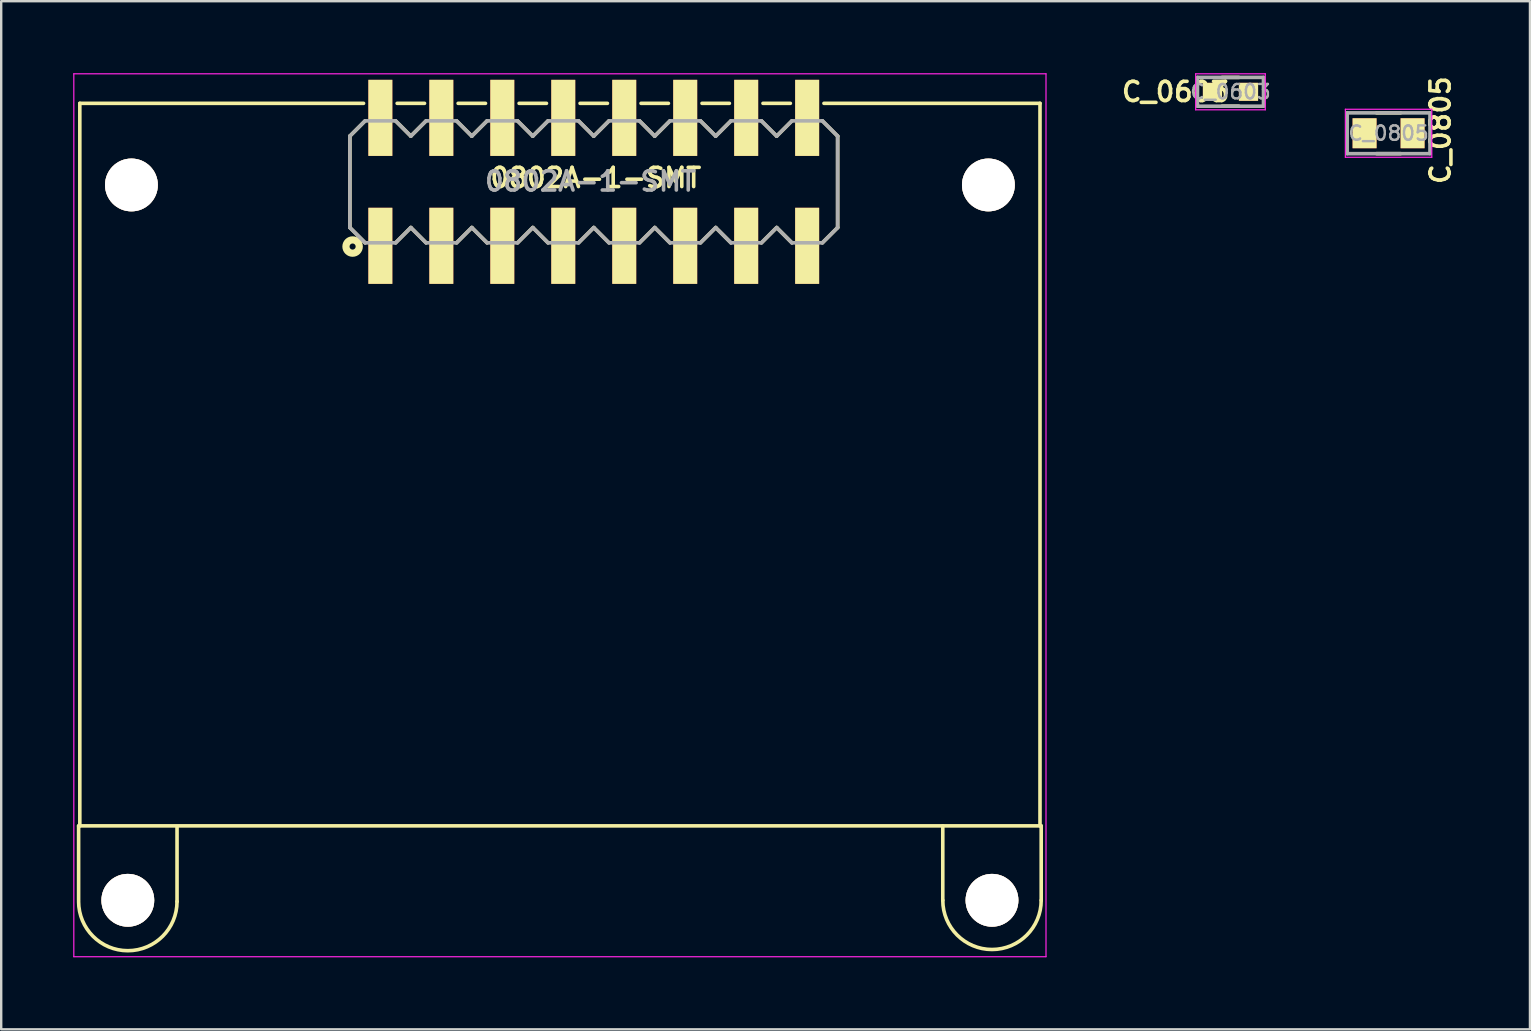
<source format=kicad_pcb>
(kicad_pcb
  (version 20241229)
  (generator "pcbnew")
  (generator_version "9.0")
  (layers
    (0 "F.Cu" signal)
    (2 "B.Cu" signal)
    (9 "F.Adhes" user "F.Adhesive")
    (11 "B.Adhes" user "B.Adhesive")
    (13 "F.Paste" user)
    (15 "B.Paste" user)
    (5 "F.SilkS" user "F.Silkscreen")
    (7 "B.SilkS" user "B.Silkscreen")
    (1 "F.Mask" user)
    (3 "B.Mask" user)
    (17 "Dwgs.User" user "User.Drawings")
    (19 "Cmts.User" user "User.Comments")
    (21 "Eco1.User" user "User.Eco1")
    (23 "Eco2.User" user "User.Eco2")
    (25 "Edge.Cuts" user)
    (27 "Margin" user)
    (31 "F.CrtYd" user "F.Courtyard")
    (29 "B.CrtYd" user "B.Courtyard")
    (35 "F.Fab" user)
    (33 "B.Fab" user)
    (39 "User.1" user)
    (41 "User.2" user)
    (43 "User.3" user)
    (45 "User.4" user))
  (footprint "0802A-1-SMT"
    (layer "F.Cu")
    (at 20.275 18.905)
    (property "Reference" "0802A-1-SMT" (at 1.496 -14.546 0) (layer "F.SilkS") (effects (font (size 0.8 0.8) (thickness 0.15))))
    (attr through_hole)
    (fp_line (start -20.05 12.45) (end -20.05 15.55) (stroke (width 0.15) (type solid)) (layer "F.SilkS"))
    (fp_line (start -20.05 12.45) (end 20.05 12.45) (stroke (width 0.15) (type solid)) (layer "F.SilkS"))
    (fp_line (start -20 -17.65) (end -20 12.45) (stroke (width 0.15) (type solid)) (layer "F.SilkS"))
    (fp_line (start -20 -17.65) (end -8.18 -17.65) (stroke (width 0.15) (type solid)) (layer "F.SilkS"))
    (fp_line (start -15.95 12.5) (end -15.95 15.6) (stroke (width 0.15) (type solid)) (layer "F.SilkS"))
    (fp_line (start -8.75 -16.285) (end -8.75 -12.475) (stroke (width 0.15) (type solid)) (layer "F.SilkS"))
    (fp_line (start -8.75 -12.475) (end -8.115 -11.84) (stroke (width 0.15) (type solid)) (layer "F.SilkS"))
    (fp_line (start -8.115 -16.92) (end -8.75 -16.285) (stroke (width 0.15) (type solid)) (layer "F.SilkS"))
    (fp_line (start -6.845 -16.92) (end -6.21 -16.285) (stroke (width 0.15) (type solid)) (layer "F.SilkS"))
    (fp_line (start -6.78 -17.65) (end -5.64 -17.65) (stroke (width 0.15) (type solid)) (layer "F.SilkS"))
    (fp_line (start -6.21 -16.285) (end -5.575 -16.92) (stroke (width 0.15) (type solid)) (layer "F.SilkS"))
    (fp_line (start -6.21 -12.475) (end -6.845 -11.84) (stroke (width 0.15) (type solid)) (layer "F.SilkS"))
    (fp_line (start -6.21 -12.475) (end -5.575 -11.84) (stroke (width 0.15) (type solid)) (layer "F.SilkS"))
    (fp_line (start -4.305 -16.92) (end -3.67 -16.285) (stroke (width 0.15) (type solid)) (layer "F.SilkS"))
    (fp_line (start -4.24 -17.65) (end -3.1 -17.65) (stroke (width 0.15) (type solid)) (layer "F.SilkS"))
    (fp_line (start -3.67 -12.475) (end -4.305 -11.84) (stroke (width 0.15) (type solid)) (layer "F.SilkS"))
    (fp_line (start -3.67 -12.475) (end -3.035 -11.84) (stroke (width 0.15) (type solid)) (layer "F.SilkS"))
    (fp_line (start -3.035 -16.92) (end -3.67 -16.285) (stroke (width 0.15) (type solid)) (layer "F.SilkS"))
    (fp_line (start -1.765 -16.92) (end -1.13 -16.285) (stroke (width 0.15) (type solid)) (layer "F.SilkS"))
    (fp_line (start -1.765 -11.84) (end -1.13 -12.475) (stroke (width 0.15) (type solid)) (layer "F.SilkS"))
    (fp_line (start -1.7 -17.65) (end -0.56 -17.65) (stroke (width 0.15) (type solid)) (layer "F.SilkS"))
    (fp_line (start -1.13 -16.285) (end -0.495 -16.92) (stroke (width 0.15) (type solid)) (layer "F.SilkS"))
    (fp_line (start -0.495 -11.84) (end -1.13 -12.475) (stroke (width 0.15) (type solid)) (layer "F.SilkS"))
    (fp_line (start 0.775 -16.92) (end 1.41 -16.285) (stroke (width 0.15) (type solid)) (layer "F.SilkS"))
    (fp_line (start 0.84 -17.65) (end 1.98 -17.65) (stroke (width 0.15) (type solid)) (layer "F.SilkS"))
    (fp_line (start 1.41 -12.475) (end 0.775 -11.84) (stroke (width 0.15) (type solid)) (layer "F.SilkS"))
    (fp_line (start 1.41 -12.475) (end 2.045 -11.84) (stroke (width 0.15) (type solid)) (layer "F.SilkS"))
    (fp_line (start 2.045 -16.92) (end 1.41 -16.285) (stroke (width 0.15) (type solid)) (layer "F.SilkS"))
    (fp_line (start 3.315 -16.92) (end 3.95 -16.285) (stroke (width 0.15) (type solid)) (layer "F.SilkS"))
    (fp_line (start 3.38 -17.65) (end 4.52 -17.65) (stroke (width 0.15) (type solid)) (layer "F.SilkS"))
    (fp_line (start 3.95 -16.285) (end 4.585 -16.92) (stroke (width 0.15) (type solid)) (layer "F.SilkS"))
    (fp_line (start 3.95 -12.475) (end 3.315 -11.84) (stroke (width 0.15) (type solid)) (layer "F.SilkS"))
    (fp_line (start 3.95 -12.475) (end 4.585 -11.84) (stroke (width 0.15) (type solid)) (layer "F.SilkS"))
    (fp_line (start 5.855 -16.92) (end 6.49 -16.285) (stroke (width 0.15) (type solid)) (layer "F.SilkS"))
    (fp_line (start 5.855 -11.84) (end 6.49 -12.475) (stroke (width 0.15) (type solid)) (layer "F.SilkS"))
    (fp_line (start 5.92 -17.65) (end 7.06 -17.65) (stroke (width 0.15) (type solid)) (layer "F.SilkS"))
    (fp_line (start 7.125 -16.92) (end 6.49 -16.285) (stroke (width 0.15) (type solid)) (layer "F.SilkS"))
    (fp_line (start 7.125 -11.84) (end 6.49 -12.475) (stroke (width 0.15) (type solid)) (layer "F.SilkS"))
    (fp_line (start 8.395 -16.92) (end 9.03 -16.285) (stroke (width 0.15) (type solid)) (layer "F.SilkS"))
    (fp_line (start 8.46 -17.65) (end 9.6 -17.65) (stroke (width 0.15) (type solid)) (layer "F.SilkS"))
    (fp_line (start 9.03 -16.285) (end 9.665 -16.92) (stroke (width 0.15) (type solid)) (layer "F.SilkS"))
    (fp_line (start 9.03 -12.475) (end 8.395 -11.84) (stroke (width 0.15) (type solid)) (layer "F.SilkS"))
    (fp_line (start 9.03 -12.475) (end 9.665 -11.84) (stroke (width 0.15) (type solid)) (layer "F.SilkS"))
    (fp_line (start 10.935 -16.92) (end 11.57 -16.285) (stroke (width 0.15) (type solid)) (layer "F.SilkS"))
    (fp_line (start 11.57 -12.475) (end 10.935 -11.84) (stroke (width 0.15) (type solid)) (layer "F.SilkS"))
    (fp_line (start 11.57 -12.475) (end 11.57 -16.285) (stroke (width 0.15) (type solid)) (layer "F.SilkS"))
    (fp_line (start 15.95 12.45) (end 15.95 15.55) (stroke (width 0.15) (type solid)) (layer "F.SilkS"))
    (fp_line (start 20 -17.65) (end 11 -17.65) (stroke (width 0.15) (type solid)) (layer "F.SilkS"))
    (fp_line (start 20 -17.65) (end 20 12.45) (stroke (width 0.15) (type solid)) (layer "F.SilkS"))
    (fp_line (start 20.05 12.45) (end 20.05 15.55) (stroke (width 0.15) (type solid)) (layer "F.SilkS"))
    (fp_arc (start -15.95 15.6) (mid -18 17.65) (end -20.05 15.6) (stroke (width 0.15) (type solid)) (layer "F.SilkS"))
    (fp_arc (start 20.05 15.55) (mid 18 17.6) (end 15.95 15.55) (stroke (width 0.15) (type solid)) (layer "F.SilkS"))
    (fp_circle (center -8.636 -11.684) (end -8.763 -11.684) (stroke (width 0.3) (type solid)) (fill no) (layer "F.SilkS"))
    (fp_line (start -20.25 -18.88) (end -20.25 17.9) (stroke (width 0.05) (type solid)) (layer "F.CrtYd"))
    (fp_line (start -20.25 -18.88) (end 20.25 -18.88) (stroke (width 0.05) (type solid)) (layer "F.CrtYd"))
    (fp_line (start -20.25 17.9) (end 20.25 17.9) (stroke (width 0.05) (type solid)) (layer "F.CrtYd"))
    (fp_line (start 20.25 -18.88) (end 20.25 17.9) (stroke (width 0.05) (type solid)) (layer "F.CrtYd"))
    (fp_line (start -8.75 -16.285) (end -8.75 -12.475) (stroke (width 0.15) (type solid)) (layer "F.Fab"))
    (fp_line (start -8.75 -12.475) (end -8.115 -11.84) (stroke (width 0.15) (type solid)) (layer "F.Fab"))
    (fp_line (start -8.115 -16.92) (end -8.75 -16.285) (stroke (width 0.15) (type solid)) (layer "F.Fab"))
    (fp_line (start -6.845 -16.92) (end -8.115 -16.92) (stroke (width 0.15) (type solid)) (layer "F.Fab"))
    (fp_line (start -6.845 -16.92) (end -6.21 -16.285) (stroke (width 0.15) (type solid)) (layer "F.Fab"))
    (fp_line (start -6.845 -11.84) (end -8.115 -11.84) (stroke (width 0.15) (type solid)) (layer "F.Fab"))
    (fp_line (start -6.21 -16.285) (end -5.575 -16.92) (stroke (width 0.15) (type solid)) (layer "F.Fab"))
    (fp_line (start -6.21 -12.475) (end -6.845 -11.84) (stroke (width 0.15) (type solid)) (layer "F.Fab"))
    (fp_line (start -6.21 -12.475) (end -5.575 -11.84) (stroke (width 0.15) (type solid)) (layer "F.Fab"))
    (fp_line (start -4.305 -16.92) (end -5.575 -16.92) (stroke (width 0.15) (type solid)) (layer "F.Fab"))
    (fp_line (start -4.305 -16.92) (end -3.67 -16.285) (stroke (width 0.15) (type solid)) (layer "F.Fab"))
    (fp_line (start -4.305 -11.84) (end -5.575 -11.84) (stroke (width 0.15) (type solid)) (layer "F.Fab"))
    (fp_line (start -3.67 -12.475) (end -4.305 -11.84) (stroke (width 0.15) (type solid)) (layer "F.Fab"))
    (fp_line (start -3.67 -12.475) (end -3.035 -11.84) (stroke (width 0.15) (type solid)) (layer "F.Fab"))
    (fp_line (start -3.035 -16.92) (end -3.67 -16.285) (stroke (width 0.15) (type solid)) (layer "F.Fab"))
    (fp_line (start -1.765 -16.92) (end -3.035 -16.92) (stroke (width 0.15) (type solid)) (layer "F.Fab"))
    (fp_line (start -1.765 -16.92) (end -1.13 -16.285) (stroke (width 0.15) (type solid)) (layer "F.Fab"))
    (fp_line (start -1.765 -11.84) (end -3.035 -11.84) (stroke (width 0.15) (type solid)) (layer "F.Fab"))
    (fp_line (start -1.765 -11.84) (end -1.13 -12.475) (stroke (width 0.15) (type solid)) (layer "F.Fab"))
    (fp_line (start -1.13 -16.285) (end -0.495 -16.92) (stroke (width 0.15) (type solid)) (layer "F.Fab"))
    (fp_line (start -0.495 -11.84) (end -1.13 -12.475) (stroke (width 0.15) (type solid)) (layer "F.Fab"))
    (fp_line (start 0.775 -16.92) (end -0.495 -16.92) (stroke (width 0.15) (type solid)) (layer "F.Fab"))
    (fp_line (start 0.775 -16.92) (end 1.41 -16.285) (stroke (width 0.15) (type solid)) (layer "F.Fab"))
    (fp_line (start 0.775 -11.84) (end -0.495 -11.84) (stroke (width 0.15) (type solid)) (layer "F.Fab"))
    (fp_line (start 1.41 -12.475) (end 0.775 -11.84) (stroke (width 0.15) (type solid)) (layer "F.Fab"))
    (fp_line (start 1.41 -12.475) (end 2.045 -11.84) (stroke (width 0.15) (type solid)) (layer "F.Fab"))
    (fp_line (start 2.045 -16.92) (end 1.41 -16.285) (stroke (width 0.15) (type solid)) (layer "F.Fab"))
    (fp_line (start 3.315 -16.92) (end 2.045 -16.92) (stroke (width 0.15) (type solid)) (layer "F.Fab"))
    (fp_line (start 3.315 -16.92) (end 3.95 -16.285) (stroke (width 0.15) (type solid)) (layer "F.Fab"))
    (fp_line (start 3.315 -11.84) (end 2.045 -11.84) (stroke (width 0.15) (type solid)) (layer "F.Fab"))
    (fp_line (start 3.95 -16.285) (end 4.585 -16.92) (stroke (width 0.15) (type solid)) (layer "F.Fab"))
    (fp_line (start 3.95 -12.475) (end 3.315 -11.84) (stroke (width 0.15) (type solid)) (layer "F.Fab"))
    (fp_line (start 3.95 -12.475) (end 4.585 -11.84) (stroke (width 0.15) (type solid)) (layer "F.Fab"))
    (fp_line (start 5.855 -16.92) (end 4.585 -16.92) (stroke (width 0.15) (type solid)) (layer "F.Fab"))
    (fp_line (start 5.855 -16.92) (end 6.49 -16.285) (stroke (width 0.15) (type solid)) (layer "F.Fab"))
    (fp_line (start 5.855 -11.84) (end 4.585 -11.84) (stroke (width 0.15) (type solid)) (layer "F.Fab"))
    (fp_line (start 5.855 -11.84) (end 6.49 -12.475) (stroke (width 0.15) (type solid)) (layer "F.Fab"))
    (fp_line (start 7.125 -16.92) (end 6.49 -16.285) (stroke (width 0.15) (type solid)) (layer "F.Fab"))
    (fp_line (start 7.125 -11.84) (end 6.49 -12.475) (stroke (width 0.15) (type solid)) (layer "F.Fab"))
    (fp_line (start 8.395 -16.92) (end 7.125 -16.92) (stroke (width 0.15) (type solid)) (layer "F.Fab"))
    (fp_line (start 8.395 -16.92) (end 9.03 -16.285) (stroke (width 0.15) (type solid)) (layer "F.Fab"))
    (fp_line (start 8.395 -11.84) (end 7.125 -11.84) (stroke (width 0.15) (type solid)) (layer "F.Fab"))
    (fp_line (start 9.03 -16.285) (end 9.665 -16.92) (stroke (width 0.15) (type solid)) (layer "F.Fab"))
    (fp_line (start 9.03 -12.475) (end 8.395 -11.84) (stroke (width 0.15) (type solid)) (layer "F.Fab"))
    (fp_line (start 9.03 -12.475) (end 9.665 -11.84) (stroke (width 0.15) (type solid)) (layer "F.Fab"))
    (fp_line (start 10.935 -16.92) (end 9.665 -16.92) (stroke (width 0.15) (type solid)) (layer "F.Fab"))
    (fp_line (start 10.935 -16.92) (end 11.57 -16.285) (stroke (width 0.15) (type solid)) (layer "F.Fab"))
    (fp_line (start 10.935 -11.84) (end 9.665 -11.84) (stroke (width 0.15) (type solid)) (layer "F.Fab"))
    (fp_line (start 11.57 -12.475) (end 10.935 -11.84) (stroke (width 0.15) (type solid)) (layer "F.Fab"))
    (fp_line (start 11.57 -12.475) (end 11.57 -16.285) (stroke (width 0.15) (type solid)) (layer "F.Fab"))
    (fp_text user "${REFERENCE}" (at 1.27 -14.402 0) (layer "F.Fab") (effects (font (size 0.8 0.8) (thickness 0.15))))
    (pad "" np_thru_hole circle (at -18 15.55) (size 2.2 2.2) (drill 2.2) (layers "*.Cu" "*.SilkS" "*.Mask"))
    (pad "" np_thru_hole circle (at -17.85 -14.25) (size 2.2 2.2) (drill 2.2) (layers "*.Cu" "*.SilkS" "*.Mask"))
    (pad "" np_thru_hole circle (at 17.85 -14.25) (size 2.2 2.2) (drill 2.2) (layers "*.Cu" "*.SilkS" "*.Mask"))
    (pad "" np_thru_hole circle (at 18 15.55) (size 2.2 2.2) (drill 2.2) (layers "*.Cu" "*.SilkS" "*.Mask"))
    (pad "1" smd rect (at -7.48 -11.715) (size 1 3.17) (layers "F.Cu" "F.Mask" "F.SilkS" "F.Paste"))
    (pad "2" smd rect (at -7.48 -17.045) (size 1 3.17) (layers "F.Cu" "F.Mask" "F.SilkS" "F.Paste"))
    (pad "3" smd rect (at -4.94 -11.715) (size 1 3.17) (layers "F.Cu" "F.Mask" "F.SilkS" "F.Paste"))
    (pad "4" smd rect (at -4.94 -17.045) (size 1 3.17) (layers "F.Cu" "F.Mask" "F.SilkS" "F.Paste"))
    (pad "5" smd rect (at -2.4 -11.715) (size 1 3.17) (layers "F.Cu" "F.Mask" "F.SilkS" "F.Paste"))
    (pad "6" smd rect (at -2.4 -17.045) (size 1 3.17) (layers "F.Cu" "F.Mask" "F.SilkS" "F.Paste"))
    (pad "7" smd rect (at 0.14 -11.715) (size 1 3.17) (layers "F.Cu" "F.Mask" "F.SilkS" "F.Paste"))
    (pad "8" smd rect (at 0.14 -17.045) (size 1 3.17) (layers "F.Cu" "F.Mask" "F.SilkS" "F.Paste"))
    (pad "9" smd rect (at 2.68 -11.715) (size 1 3.17) (layers "F.Cu" "F.Mask" "F.SilkS" "F.Paste"))
    (pad "10" smd rect (at 2.68 -17.045) (size 1 3.17) (layers "F.Cu" "F.Mask" "F.SilkS" "F.Paste"))
    (pad "11" smd rect (at 5.22 -11.715) (size 1 3.17) (layers "F.Cu" "F.Mask" "F.SilkS" "F.Paste"))
    (pad "12" smd rect (at 5.22 -17.045) (size 1 3.17) (layers "F.Cu" "F.Mask" "F.SilkS" "F.Paste"))
    (pad "13" smd rect (at 7.76 -11.715) (size 1 3.17) (layers "F.Cu" "F.Mask" "F.SilkS" "F.Paste"))
    (pad "14" smd rect (at 7.76 -17.045) (size 1 3.17) (layers "F.Cu" "F.Mask" "F.SilkS" "F.Paste"))
    (pad "15" smd rect (at 10.3 -11.715) (size 1 3.17) (layers "F.Cu" "F.Mask" "F.SilkS" "F.Paste"))
    (pad "16" smd rect (at 10.3 -17.045) (size 1 3.17) (layers "F.Cu" "F.Mask" "F.SilkS" "F.Paste")))
  (footprint "C_0805"
    (layer "F.Cu")
    (at 54.796 2.501)
    (property "Reference" "C_0805" (at 2.159 -0.127 90) (layer "F.SilkS") (effects (font (size 0.8 0.8) (thickness 0.15))))
    (attr smd)
    (fp_line (start -0.5 0.85) (end 0.5 0.85) (stroke (width 0.15) (type solid)) (layer "F.SilkS"))
    (fp_line (start 0.5 -0.85) (end -0.5 -0.85) (stroke (width 0.15) (type solid)) (layer "F.SilkS"))
    (fp_line (start -1.8 -1) (end -1.8 1) (stroke (width 0.05) (type solid)) (layer "F.CrtYd"))
    (fp_line (start -1.8 -1) (end 1.8 -1) (stroke (width 0.05) (type solid)) (layer "F.CrtYd"))
    (fp_line (start -1.8 1) (end 1.8 1) (stroke (width 0.05) (type solid)) (layer "F.CrtYd"))
    (fp_line (start 1.8 -1) (end 1.8 1) (stroke (width 0.05) (type solid)) (layer "F.CrtYd"))
    (fp_line (start -1.725 -0.85) (end 1.725 -0.85) (stroke (width 0.15) (type solid)) (layer "F.Fab"))
    (fp_line (start -1.725 0.85) (end -1.725 -0.85) (stroke (width 0.15) (type solid)) (layer "F.Fab"))
    (fp_line (start 1.725 -0.85) (end 1.725 0.85) (stroke (width 0.15) (type solid)) (layer "F.Fab"))
    (fp_line (start 1.725 0.85) (end -1.725 0.85) (stroke (width 0.15) (type solid)) (layer "F.Fab"))
    (fp_text user "${REFERENCE}" (at 0 0 0) (layer "F.Fab") (effects (font (size 0.6 0.6) (thickness 0.1))))
    (pad "1" smd rect (at -1 0) (size 1 1.25) (layers "F.Cu" "F.Mask" "F.SilkS" "F.Paste"))
    (pad "2" smd rect (at 1 0) (size 1 1.25) (layers "F.Cu" "F.Mask" "F.SilkS" "F.Paste")))
  (footprint "C_0603"
    (layer "F.Cu")
    (at 48.21 0.775)
    (property "Reference" "C_0603" (at -2.286 0 0) (layer "F.SilkS") (effects (font (size 0.8 0.8) (thickness 0.15))))
    (attr smd)
    (fp_line (start -0.35 -0.6) (end 0.35 -0.6) (stroke (width 0.15) (type solid)) (layer "F.SilkS"))
    (fp_line (start 0.35 0.6) (end -0.35 0.6) (stroke (width 0.15) (type solid)) (layer "F.SilkS"))
    (fp_line (start -1.45 -0.75) (end -1.45 0.75) (stroke (width 0.05) (type solid)) (layer "F.CrtYd"))
    (fp_line (start -1.45 -0.75) (end 1.45 -0.75) (stroke (width 0.05) (type solid)) (layer "F.CrtYd"))
    (fp_line (start -1.45 0.75) (end 1.45 0.75) (stroke (width 0.05) (type solid)) (layer "F.CrtYd"))
    (fp_line (start 1.45 -0.75) (end 1.45 0.75) (stroke (width 0.05) (type solid)) (layer "F.CrtYd"))
    (fp_line (start -1.375 -0.6) (end 1.375 -0.6) (stroke (width 0.15) (type solid)) (layer "F.Fab"))
    (fp_line (start -1.375 0.6) (end -1.375 -0.6) (stroke (width 0.15) (type solid)) (layer "F.Fab"))
    (fp_line (start 1.375 -0.6) (end 1.375 0.6) (stroke (width 0.15) (type solid)) (layer "F.Fab"))
    (fp_line (start 1.375 0.6) (end -1.375 0.6) (stroke (width 0.15) (type solid)) (layer "F.Fab"))
    (fp_text user "${REFERENCE}" (at 0 0 0) (layer "F.Fab") (effects (font (size 0.6 0.6) (thickness 0.1))))
    (pad "1" smd rect (at -0.75 0) (size 0.8 0.75) (layers "F.Cu" "F.Mask" "F.SilkS" "F.Paste"))
    (pad "2" smd rect (at 0.75 0) (size 0.8 0.75) (layers "F.Cu" "F.Mask" "F.SilkS" "F.Paste")))
  (gr_rect
    (start -3 -3)
    (end 60.686 39.83)
    (stroke (width 0.1) (type default))
    (fill no)
    (layer "Edge.Cuts")))
</source>
